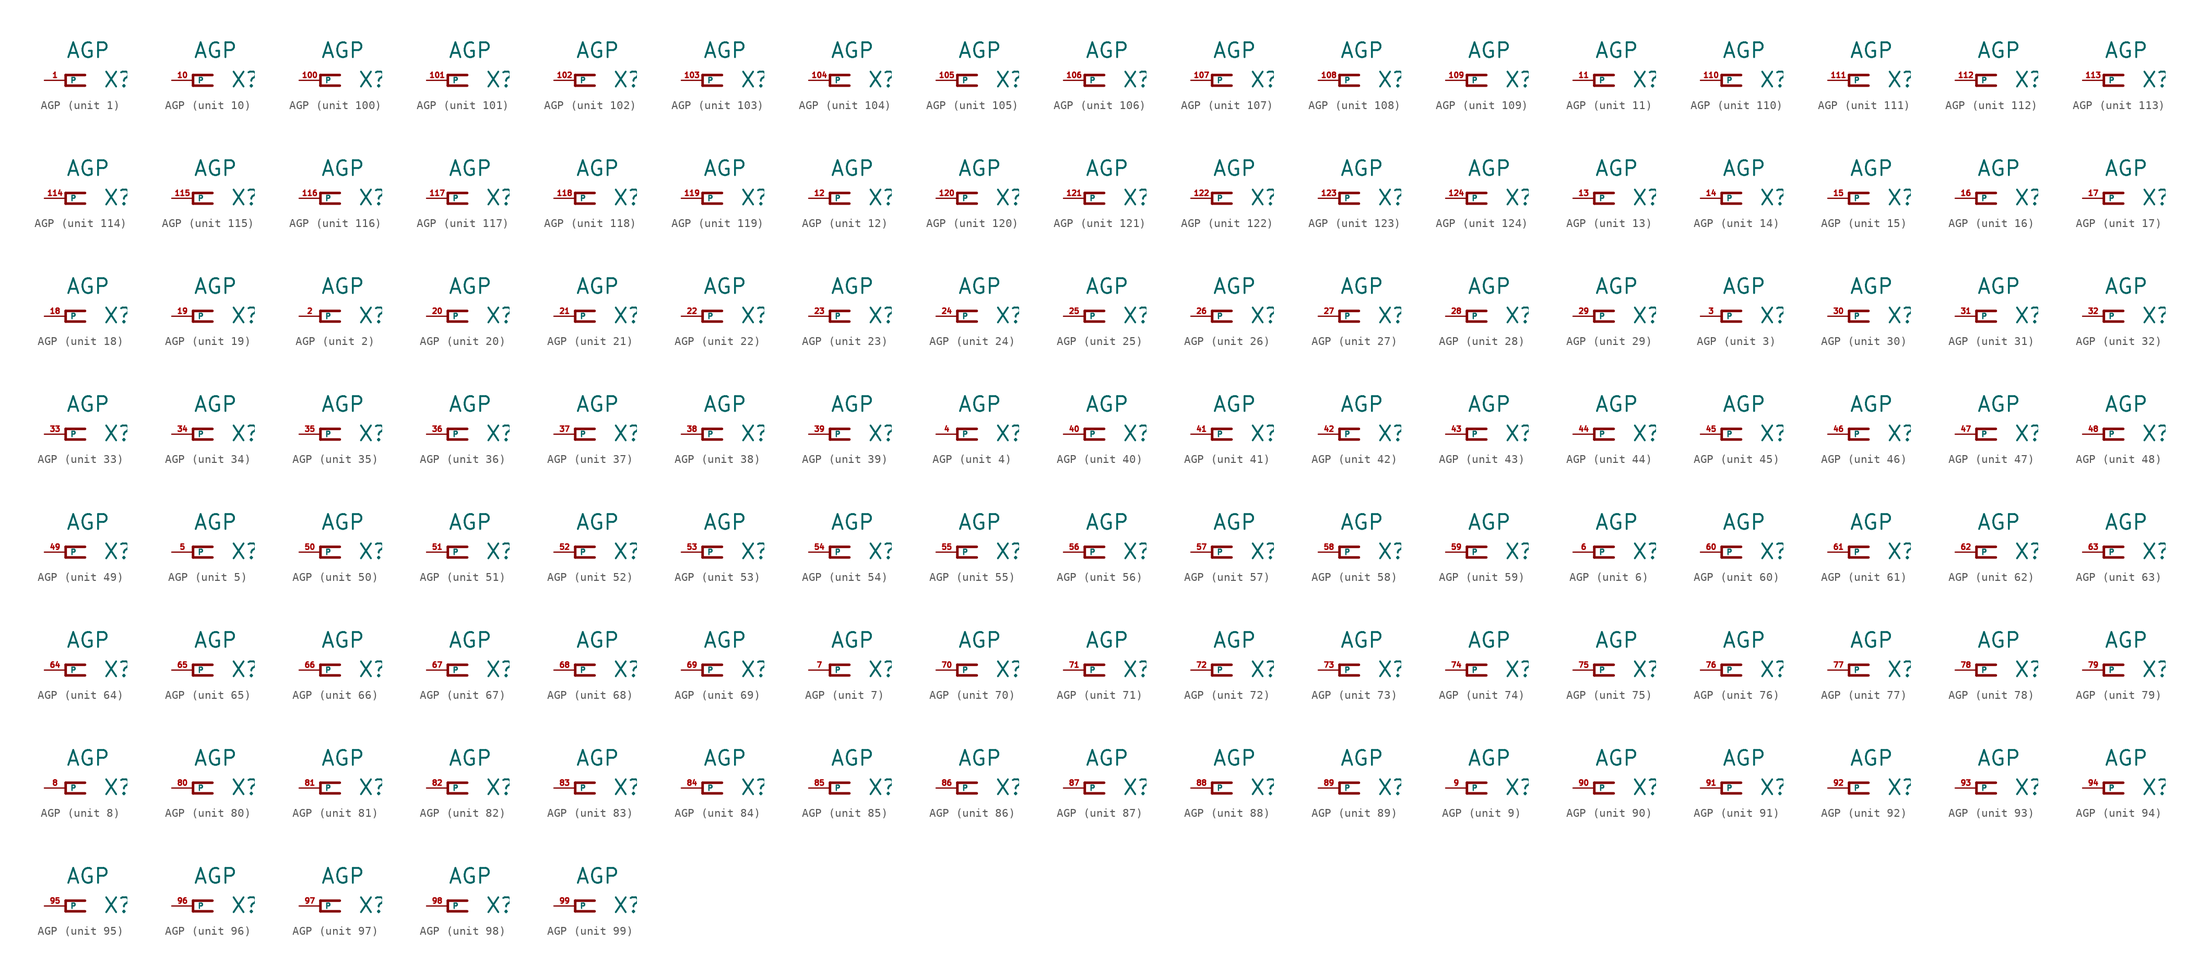
<source format=kicad_sym>
(kicad_symbol_lib
  (version 20220914)
  (generator Eagle2Kicad)
  (symbol "AGP"
    (property "Reference" "X"
      (at 4.445 -0.965 0)
      (effects (font (size 1.778 1.778) (thickness 0.22)) (justify left bottom)))
    (property "Value" "AGP"
      (at 0 2.54 0)
      (effects (font (size 1.778 1.778) (thickness 0.22)) (justify left bottom)))
    (symbol "AGP_1_0"
      (polyline (pts (xy 0 0.635) (xy 2.311 0.635)) (stroke (width 0.305) (type default)) (fill (type none)))
      (polyline (pts (xy 2.311 -0.635) (xy 0 -0.635)) (stroke (width 0.305) (type default)) (fill (type none)))
      (polyline (pts (xy 0 -0.635) (xy 0 0.635)) (stroke (width 0.305) (type default)) (fill (type none)))
      (pin passive line (at -2.54 0 0) (length 2.54) (name "P" (effects (font (size 0.635 0.635) (thickness 0.08)) (justify left bottom))) (number "1" (effects (font (size 0.635 0.635) (thickness 0.08)) (justify left bottom)))))
    (symbol "AGP_2_0"
      (polyline (pts (xy 0 0.635) (xy 2.311 0.635)) (stroke (width 0.305) (type default)) (fill (type none)))
      (polyline (pts (xy 2.311 -0.635) (xy 0 -0.635)) (stroke (width 0.305) (type default)) (fill (type none)))
      (polyline (pts (xy 0 -0.635) (xy 0 0.635)) (stroke (width 0.305) (type default)) (fill (type none)))
      (pin passive line (at -2.54 0 0) (length 2.54) (name "P" (effects (font (size 0.635 0.635) (thickness 0.08)) (justify left bottom))) (number "2" (effects (font (size 0.635 0.635) (thickness 0.08)) (justify left bottom)))))
    (symbol "AGP_3_0"
      (polyline (pts (xy 0 0.635) (xy 2.311 0.635)) (stroke (width 0.305) (type default)) (fill (type none)))
      (polyline (pts (xy 2.311 -0.635) (xy 0 -0.635)) (stroke (width 0.305) (type default)) (fill (type none)))
      (polyline (pts (xy 0 -0.635) (xy 0 0.635)) (stroke (width 0.305) (type default)) (fill (type none)))
      (pin passive line (at -2.54 0 0) (length 2.54) (name "P" (effects (font (size 0.635 0.635) (thickness 0.08)) (justify left bottom))) (number "3" (effects (font (size 0.635 0.635) (thickness 0.08)) (justify left bottom)))))
    (symbol "AGP_4_0"
      (polyline (pts (xy 0 0.635) (xy 2.311 0.635)) (stroke (width 0.305) (type default)) (fill (type none)))
      (polyline (pts (xy 2.311 -0.635) (xy 0 -0.635)) (stroke (width 0.305) (type default)) (fill (type none)))
      (polyline (pts (xy 0 -0.635) (xy 0 0.635)) (stroke (width 0.305) (type default)) (fill (type none)))
      (pin passive line (at -2.54 0 0) (length 2.54) (name "P" (effects (font (size 0.635 0.635) (thickness 0.08)) (justify left bottom))) (number "4" (effects (font (size 0.635 0.635) (thickness 0.08)) (justify left bottom)))))
    (symbol "AGP_5_0"
      (polyline (pts (xy 0 0.635) (xy 2.311 0.635)) (stroke (width 0.305) (type default)) (fill (type none)))
      (polyline (pts (xy 2.311 -0.635) (xy 0 -0.635)) (stroke (width 0.305) (type default)) (fill (type none)))
      (polyline (pts (xy 0 -0.635) (xy 0 0.635)) (stroke (width 0.305) (type default)) (fill (type none)))
      (pin passive line (at -2.54 0 0) (length 2.54) (name "P" (effects (font (size 0.635 0.635) (thickness 0.08)) (justify left bottom))) (number "5" (effects (font (size 0.635 0.635) (thickness 0.08)) (justify left bottom)))))
    (symbol "AGP_6_0"
      (polyline (pts (xy 0 0.635) (xy 2.311 0.635)) (stroke (width 0.305) (type default)) (fill (type none)))
      (polyline (pts (xy 2.311 -0.635) (xy 0 -0.635)) (stroke (width 0.305) (type default)) (fill (type none)))
      (polyline (pts (xy 0 -0.635) (xy 0 0.635)) (stroke (width 0.305) (type default)) (fill (type none)))
      (pin passive line (at -2.54 0 0) (length 2.54) (name "P" (effects (font (size 0.635 0.635) (thickness 0.08)) (justify left bottom))) (number "6" (effects (font (size 0.635 0.635) (thickness 0.08)) (justify left bottom)))))
    (symbol "AGP_7_0"
      (polyline (pts (xy 0 0.635) (xy 2.311 0.635)) (stroke (width 0.305) (type default)) (fill (type none)))
      (polyline (pts (xy 2.311 -0.635) (xy 0 -0.635)) (stroke (width 0.305) (type default)) (fill (type none)))
      (polyline (pts (xy 0 -0.635) (xy 0 0.635)) (stroke (width 0.305) (type default)) (fill (type none)))
      (pin passive line (at -2.54 0 0) (length 2.54) (name "P" (effects (font (size 0.635 0.635) (thickness 0.08)) (justify left bottom))) (number "7" (effects (font (size 0.635 0.635) (thickness 0.08)) (justify left bottom)))))
    (symbol "AGP_8_0"
      (polyline (pts (xy 0 0.635) (xy 2.311 0.635)) (stroke (width 0.305) (type default)) (fill (type none)))
      (polyline (pts (xy 2.311 -0.635) (xy 0 -0.635)) (stroke (width 0.305) (type default)) (fill (type none)))
      (polyline (pts (xy 0 -0.635) (xy 0 0.635)) (stroke (width 0.305) (type default)) (fill (type none)))
      (pin passive line (at -2.54 0 0) (length 2.54) (name "P" (effects (font (size 0.635 0.635) (thickness 0.08)) (justify left bottom))) (number "8" (effects (font (size 0.635 0.635) (thickness 0.08)) (justify left bottom)))))
    (symbol "AGP_9_0"
      (polyline (pts (xy 0 0.635) (xy 2.311 0.635)) (stroke (width 0.305) (type default)) (fill (type none)))
      (polyline (pts (xy 2.311 -0.635) (xy 0 -0.635)) (stroke (width 0.305) (type default)) (fill (type none)))
      (polyline (pts (xy 0 -0.635) (xy 0 0.635)) (stroke (width 0.305) (type default)) (fill (type none)))
      (pin passive line (at -2.54 0 0) (length 2.54) (name "P" (effects (font (size 0.635 0.635) (thickness 0.08)) (justify left bottom))) (number "9" (effects (font (size 0.635 0.635) (thickness 0.08)) (justify left bottom)))))
    (symbol "AGP_10_0"
      (polyline (pts (xy 0 0.635) (xy 2.311 0.635)) (stroke (width 0.305) (type default)) (fill (type none)))
      (polyline (pts (xy 2.311 -0.635) (xy 0 -0.635)) (stroke (width 0.305) (type default)) (fill (type none)))
      (polyline (pts (xy 0 -0.635) (xy 0 0.635)) (stroke (width 0.305) (type default)) (fill (type none)))
      (pin passive line (at -2.54 0 0) (length 2.54) (name "P" (effects (font (size 0.635 0.635) (thickness 0.08)) (justify left bottom))) (number "10" (effects (font (size 0.635 0.635) (thickness 0.08)) (justify left bottom)))))
    (symbol "AGP_11_0"
      (polyline (pts (xy 0 0.635) (xy 2.311 0.635)) (stroke (width 0.305) (type default)) (fill (type none)))
      (polyline (pts (xy 2.311 -0.635) (xy 0 -0.635)) (stroke (width 0.305) (type default)) (fill (type none)))
      (polyline (pts (xy 0 -0.635) (xy 0 0.635)) (stroke (width 0.305) (type default)) (fill (type none)))
      (pin passive line (at -2.54 0 0) (length 2.54) (name "P" (effects (font (size 0.635 0.635) (thickness 0.08)) (justify left bottom))) (number "11" (effects (font (size 0.635 0.635) (thickness 0.08)) (justify left bottom)))))
    (symbol "AGP_12_0"
      (polyline (pts (xy 0 0.635) (xy 2.311 0.635)) (stroke (width 0.305) (type default)) (fill (type none)))
      (polyline (pts (xy 2.311 -0.635) (xy 0 -0.635)) (stroke (width 0.305) (type default)) (fill (type none)))
      (polyline (pts (xy 0 -0.635) (xy 0 0.635)) (stroke (width 0.305) (type default)) (fill (type none)))
      (pin passive line (at -2.54 0 0) (length 2.54) (name "P" (effects (font (size 0.635 0.635) (thickness 0.08)) (justify left bottom))) (number "12" (effects (font (size 0.635 0.635) (thickness 0.08)) (justify left bottom)))))
    (symbol "AGP_13_0"
      (polyline (pts (xy 0 0.635) (xy 2.311 0.635)) (stroke (width 0.305) (type default)) (fill (type none)))
      (polyline (pts (xy 2.311 -0.635) (xy 0 -0.635)) (stroke (width 0.305) (type default)) (fill (type none)))
      (polyline (pts (xy 0 -0.635) (xy 0 0.635)) (stroke (width 0.305) (type default)) (fill (type none)))
      (pin passive line (at -2.54 0 0) (length 2.54) (name "P" (effects (font (size 0.635 0.635) (thickness 0.08)) (justify left bottom))) (number "13" (effects (font (size 0.635 0.635) (thickness 0.08)) (justify left bottom)))))
    (symbol "AGP_14_0"
      (polyline (pts (xy 0 0.635) (xy 2.311 0.635)) (stroke (width 0.305) (type default)) (fill (type none)))
      (polyline (pts (xy 2.311 -0.635) (xy 0 -0.635)) (stroke (width 0.305) (type default)) (fill (type none)))
      (polyline (pts (xy 0 -0.635) (xy 0 0.635)) (stroke (width 0.305) (type default)) (fill (type none)))
      (pin passive line (at -2.54 0 0) (length 2.54) (name "P" (effects (font (size 0.635 0.635) (thickness 0.08)) (justify left bottom))) (number "14" (effects (font (size 0.635 0.635) (thickness 0.08)) (justify left bottom)))))
    (symbol "AGP_15_0"
      (polyline (pts (xy 0 0.635) (xy 2.311 0.635)) (stroke (width 0.305) (type default)) (fill (type none)))
      (polyline (pts (xy 2.311 -0.635) (xy 0 -0.635)) (stroke (width 0.305) (type default)) (fill (type none)))
      (polyline (pts (xy 0 -0.635) (xy 0 0.635)) (stroke (width 0.305) (type default)) (fill (type none)))
      (pin passive line (at -2.54 0 0) (length 2.54) (name "P" (effects (font (size 0.635 0.635) (thickness 0.08)) (justify left bottom))) (number "15" (effects (font (size 0.635 0.635) (thickness 0.08)) (justify left bottom)))))
    (symbol "AGP_16_0"
      (polyline (pts (xy 0 0.635) (xy 2.311 0.635)) (stroke (width 0.305) (type default)) (fill (type none)))
      (polyline (pts (xy 2.311 -0.635) (xy 0 -0.635)) (stroke (width 0.305) (type default)) (fill (type none)))
      (polyline (pts (xy 0 -0.635) (xy 0 0.635)) (stroke (width 0.305) (type default)) (fill (type none)))
      (pin passive line (at -2.54 0 0) (length 2.54) (name "P" (effects (font (size 0.635 0.635) (thickness 0.08)) (justify left bottom))) (number "16" (effects (font (size 0.635 0.635) (thickness 0.08)) (justify left bottom)))))
    (symbol "AGP_17_0"
      (polyline (pts (xy 0 0.635) (xy 2.311 0.635)) (stroke (width 0.305) (type default)) (fill (type none)))
      (polyline (pts (xy 2.311 -0.635) (xy 0 -0.635)) (stroke (width 0.305) (type default)) (fill (type none)))
      (polyline (pts (xy 0 -0.635) (xy 0 0.635)) (stroke (width 0.305) (type default)) (fill (type none)))
      (pin passive line (at -2.54 0 0) (length 2.54) (name "P" (effects (font (size 0.635 0.635) (thickness 0.08)) (justify left bottom))) (number "17" (effects (font (size 0.635 0.635) (thickness 0.08)) (justify left bottom)))))
    (symbol "AGP_18_0"
      (polyline (pts (xy 0 0.635) (xy 2.311 0.635)) (stroke (width 0.305) (type default)) (fill (type none)))
      (polyline (pts (xy 2.311 -0.635) (xy 0 -0.635)) (stroke (width 0.305) (type default)) (fill (type none)))
      (polyline (pts (xy 0 -0.635) (xy 0 0.635)) (stroke (width 0.305) (type default)) (fill (type none)))
      (pin passive line (at -2.54 0 0) (length 2.54) (name "P" (effects (font (size 0.635 0.635) (thickness 0.08)) (justify left bottom))) (number "18" (effects (font (size 0.635 0.635) (thickness 0.08)) (justify left bottom)))))
    (symbol "AGP_19_0"
      (polyline (pts (xy 0 0.635) (xy 2.311 0.635)) (stroke (width 0.305) (type default)) (fill (type none)))
      (polyline (pts (xy 2.311 -0.635) (xy 0 -0.635)) (stroke (width 0.305) (type default)) (fill (type none)))
      (polyline (pts (xy 0 -0.635) (xy 0 0.635)) (stroke (width 0.305) (type default)) (fill (type none)))
      (pin passive line (at -2.54 0 0) (length 2.54) (name "P" (effects (font (size 0.635 0.635) (thickness 0.08)) (justify left bottom))) (number "19" (effects (font (size 0.635 0.635) (thickness 0.08)) (justify left bottom)))))
    (symbol "AGP_20_0"
      (polyline (pts (xy 0 0.635) (xy 2.311 0.635)) (stroke (width 0.305) (type default)) (fill (type none)))
      (polyline (pts (xy 2.311 -0.635) (xy 0 -0.635)) (stroke (width 0.305) (type default)) (fill (type none)))
      (polyline (pts (xy 0 -0.635) (xy 0 0.635)) (stroke (width 0.305) (type default)) (fill (type none)))
      (pin passive line (at -2.54 0 0) (length 2.54) (name "P" (effects (font (size 0.635 0.635) (thickness 0.08)) (justify left bottom))) (number "20" (effects (font (size 0.635 0.635) (thickness 0.08)) (justify left bottom)))))
    (symbol "AGP_21_0"
      (polyline (pts (xy 0 0.635) (xy 2.311 0.635)) (stroke (width 0.305) (type default)) (fill (type none)))
      (polyline (pts (xy 2.311 -0.635) (xy 0 -0.635)) (stroke (width 0.305) (type default)) (fill (type none)))
      (polyline (pts (xy 0 -0.635) (xy 0 0.635)) (stroke (width 0.305) (type default)) (fill (type none)))
      (pin passive line (at -2.54 0 0) (length 2.54) (name "P" (effects (font (size 0.635 0.635) (thickness 0.08)) (justify left bottom))) (number "21" (effects (font (size 0.635 0.635) (thickness 0.08)) (justify left bottom)))))
    (symbol "AGP_22_0"
      (polyline (pts (xy 0 0.635) (xy 2.311 0.635)) (stroke (width 0.305) (type default)) (fill (type none)))
      (polyline (pts (xy 2.311 -0.635) (xy 0 -0.635)) (stroke (width 0.305) (type default)) (fill (type none)))
      (polyline (pts (xy 0 -0.635) (xy 0 0.635)) (stroke (width 0.305) (type default)) (fill (type none)))
      (pin passive line (at -2.54 0 0) (length 2.54) (name "P" (effects (font (size 0.635 0.635) (thickness 0.08)) (justify left bottom))) (number "22" (effects (font (size 0.635 0.635) (thickness 0.08)) (justify left bottom)))))
    (symbol "AGP_23_0"
      (polyline (pts (xy 0 0.635) (xy 2.311 0.635)) (stroke (width 0.305) (type default)) (fill (type none)))
      (polyline (pts (xy 2.311 -0.635) (xy 0 -0.635)) (stroke (width 0.305) (type default)) (fill (type none)))
      (polyline (pts (xy 0 -0.635) (xy 0 0.635)) (stroke (width 0.305) (type default)) (fill (type none)))
      (pin passive line (at -2.54 0 0) (length 2.54) (name "P" (effects (font (size 0.635 0.635) (thickness 0.08)) (justify left bottom))) (number "23" (effects (font (size 0.635 0.635) (thickness 0.08)) (justify left bottom)))))
    (symbol "AGP_24_0"
      (polyline (pts (xy 0 0.635) (xy 2.311 0.635)) (stroke (width 0.305) (type default)) (fill (type none)))
      (polyline (pts (xy 2.311 -0.635) (xy 0 -0.635)) (stroke (width 0.305) (type default)) (fill (type none)))
      (polyline (pts (xy 0 -0.635) (xy 0 0.635)) (stroke (width 0.305) (type default)) (fill (type none)))
      (pin passive line (at -2.54 0 0) (length 2.54) (name "P" (effects (font (size 0.635 0.635) (thickness 0.08)) (justify left bottom))) (number "24" (effects (font (size 0.635 0.635) (thickness 0.08)) (justify left bottom)))))
    (symbol "AGP_25_0"
      (polyline (pts (xy 0 0.635) (xy 2.311 0.635)) (stroke (width 0.305) (type default)) (fill (type none)))
      (polyline (pts (xy 2.311 -0.635) (xy 0 -0.635)) (stroke (width 0.305) (type default)) (fill (type none)))
      (polyline (pts (xy 0 -0.635) (xy 0 0.635)) (stroke (width 0.305) (type default)) (fill (type none)))
      (pin passive line (at -2.54 0 0) (length 2.54) (name "P" (effects (font (size 0.635 0.635) (thickness 0.08)) (justify left bottom))) (number "25" (effects (font (size 0.635 0.635) (thickness 0.08)) (justify left bottom)))))
    (symbol "AGP_26_0"
      (polyline (pts (xy 0 0.635) (xy 2.311 0.635)) (stroke (width 0.305) (type default)) (fill (type none)))
      (polyline (pts (xy 2.311 -0.635) (xy 0 -0.635)) (stroke (width 0.305) (type default)) (fill (type none)))
      (polyline (pts (xy 0 -0.635) (xy 0 0.635)) (stroke (width 0.305) (type default)) (fill (type none)))
      (pin passive line (at -2.54 0 0) (length 2.54) (name "P" (effects (font (size 0.635 0.635) (thickness 0.08)) (justify left bottom))) (number "26" (effects (font (size 0.635 0.635) (thickness 0.08)) (justify left bottom)))))
    (symbol "AGP_27_0"
      (polyline (pts (xy 0 0.635) (xy 2.311 0.635)) (stroke (width 0.305) (type default)) (fill (type none)))
      (polyline (pts (xy 2.311 -0.635) (xy 0 -0.635)) (stroke (width 0.305) (type default)) (fill (type none)))
      (polyline (pts (xy 0 -0.635) (xy 0 0.635)) (stroke (width 0.305) (type default)) (fill (type none)))
      (pin passive line (at -2.54 0 0) (length 2.54) (name "P" (effects (font (size 0.635 0.635) (thickness 0.08)) (justify left bottom))) (number "27" (effects (font (size 0.635 0.635) (thickness 0.08)) (justify left bottom)))))
    (symbol "AGP_28_0"
      (polyline (pts (xy 0 0.635) (xy 2.311 0.635)) (stroke (width 0.305) (type default)) (fill (type none)))
      (polyline (pts (xy 2.311 -0.635) (xy 0 -0.635)) (stroke (width 0.305) (type default)) (fill (type none)))
      (polyline (pts (xy 0 -0.635) (xy 0 0.635)) (stroke (width 0.305) (type default)) (fill (type none)))
      (pin passive line (at -2.54 0 0) (length 2.54) (name "P" (effects (font (size 0.635 0.635) (thickness 0.08)) (justify left bottom))) (number "28" (effects (font (size 0.635 0.635) (thickness 0.08)) (justify left bottom)))))
    (symbol "AGP_29_0"
      (polyline (pts (xy 0 0.635) (xy 2.311 0.635)) (stroke (width 0.305) (type default)) (fill (type none)))
      (polyline (pts (xy 2.311 -0.635) (xy 0 -0.635)) (stroke (width 0.305) (type default)) (fill (type none)))
      (polyline (pts (xy 0 -0.635) (xy 0 0.635)) (stroke (width 0.305) (type default)) (fill (type none)))
      (pin passive line (at -2.54 0 0) (length 2.54) (name "P" (effects (font (size 0.635 0.635) (thickness 0.08)) (justify left bottom))) (number "29" (effects (font (size 0.635 0.635) (thickness 0.08)) (justify left bottom)))))
    (symbol "AGP_30_0"
      (polyline (pts (xy 0 0.635) (xy 2.311 0.635)) (stroke (width 0.305) (type default)) (fill (type none)))
      (polyline (pts (xy 2.311 -0.635) (xy 0 -0.635)) (stroke (width 0.305) (type default)) (fill (type none)))
      (polyline (pts (xy 0 -0.635) (xy 0 0.635)) (stroke (width 0.305) (type default)) (fill (type none)))
      (pin passive line (at -2.54 0 0) (length 2.54) (name "P" (effects (font (size 0.635 0.635) (thickness 0.08)) (justify left bottom))) (number "30" (effects (font (size 0.635 0.635) (thickness 0.08)) (justify left bottom)))))
    (symbol "AGP_31_0"
      (polyline (pts (xy 0 0.635) (xy 2.311 0.635)) (stroke (width 0.305) (type default)) (fill (type none)))
      (polyline (pts (xy 2.311 -0.635) (xy 0 -0.635)) (stroke (width 0.305) (type default)) (fill (type none)))
      (polyline (pts (xy 0 -0.635) (xy 0 0.635)) (stroke (width 0.305) (type default)) (fill (type none)))
      (pin passive line (at -2.54 0 0) (length 2.54) (name "P" (effects (font (size 0.635 0.635) (thickness 0.08)) (justify left bottom))) (number "31" (effects (font (size 0.635 0.635) (thickness 0.08)) (justify left bottom)))))
    (symbol "AGP_32_0"
      (polyline (pts (xy 0 0.635) (xy 2.311 0.635)) (stroke (width 0.305) (type default)) (fill (type none)))
      (polyline (pts (xy 2.311 -0.635) (xy 0 -0.635)) (stroke (width 0.305) (type default)) (fill (type none)))
      (polyline (pts (xy 0 -0.635) (xy 0 0.635)) (stroke (width 0.305) (type default)) (fill (type none)))
      (pin passive line (at -2.54 0 0) (length 2.54) (name "P" (effects (font (size 0.635 0.635) (thickness 0.08)) (justify left bottom))) (number "32" (effects (font (size 0.635 0.635) (thickness 0.08)) (justify left bottom)))))
    (symbol "AGP_33_0"
      (polyline (pts (xy 0 0.635) (xy 2.311 0.635)) (stroke (width 0.305) (type default)) (fill (type none)))
      (polyline (pts (xy 2.311 -0.635) (xy 0 -0.635)) (stroke (width 0.305) (type default)) (fill (type none)))
      (polyline (pts (xy 0 -0.635) (xy 0 0.635)) (stroke (width 0.305) (type default)) (fill (type none)))
      (pin passive line (at -2.54 0 0) (length 2.54) (name "P" (effects (font (size 0.635 0.635) (thickness 0.08)) (justify left bottom))) (number "33" (effects (font (size 0.635 0.635) (thickness 0.08)) (justify left bottom)))))
    (symbol "AGP_34_0"
      (polyline (pts (xy 0 0.635) (xy 2.311 0.635)) (stroke (width 0.305) (type default)) (fill (type none)))
      (polyline (pts (xy 2.311 -0.635) (xy 0 -0.635)) (stroke (width 0.305) (type default)) (fill (type none)))
      (polyline (pts (xy 0 -0.635) (xy 0 0.635)) (stroke (width 0.305) (type default)) (fill (type none)))
      (pin passive line (at -2.54 0 0) (length 2.54) (name "P" (effects (font (size 0.635 0.635) (thickness 0.08)) (justify left bottom))) (number "34" (effects (font (size 0.635 0.635) (thickness 0.08)) (justify left bottom)))))
    (symbol "AGP_35_0"
      (polyline (pts (xy 0 0.635) (xy 2.311 0.635)) (stroke (width 0.305) (type default)) (fill (type none)))
      (polyline (pts (xy 2.311 -0.635) (xy 0 -0.635)) (stroke (width 0.305) (type default)) (fill (type none)))
      (polyline (pts (xy 0 -0.635) (xy 0 0.635)) (stroke (width 0.305) (type default)) (fill (type none)))
      (pin passive line (at -2.54 0 0) (length 2.54) (name "P" (effects (font (size 0.635 0.635) (thickness 0.08)) (justify left bottom))) (number "35" (effects (font (size 0.635 0.635) (thickness 0.08)) (justify left bottom)))))
    (symbol "AGP_36_0"
      (polyline (pts (xy 0 0.635) (xy 2.311 0.635)) (stroke (width 0.305) (type default)) (fill (type none)))
      (polyline (pts (xy 2.311 -0.635) (xy 0 -0.635)) (stroke (width 0.305) (type default)) (fill (type none)))
      (polyline (pts (xy 0 -0.635) (xy 0 0.635)) (stroke (width 0.305) (type default)) (fill (type none)))
      (pin passive line (at -2.54 0 0) (length 2.54) (name "P" (effects (font (size 0.635 0.635) (thickness 0.08)) (justify left bottom))) (number "36" (effects (font (size 0.635 0.635) (thickness 0.08)) (justify left bottom)))))
    (symbol "AGP_37_0"
      (polyline (pts (xy 0 0.635) (xy 2.311 0.635)) (stroke (width 0.305) (type default)) (fill (type none)))
      (polyline (pts (xy 2.311 -0.635) (xy 0 -0.635)) (stroke (width 0.305) (type default)) (fill (type none)))
      (polyline (pts (xy 0 -0.635) (xy 0 0.635)) (stroke (width 0.305) (type default)) (fill (type none)))
      (pin passive line (at -2.54 0 0) (length 2.54) (name "P" (effects (font (size 0.635 0.635) (thickness 0.08)) (justify left bottom))) (number "37" (effects (font (size 0.635 0.635) (thickness 0.08)) (justify left bottom)))))
    (symbol "AGP_38_0"
      (polyline (pts (xy 0 0.635) (xy 2.311 0.635)) (stroke (width 0.305) (type default)) (fill (type none)))
      (polyline (pts (xy 2.311 -0.635) (xy 0 -0.635)) (stroke (width 0.305) (type default)) (fill (type none)))
      (polyline (pts (xy 0 -0.635) (xy 0 0.635)) (stroke (width 0.305) (type default)) (fill (type none)))
      (pin passive line (at -2.54 0 0) (length 2.54) (name "P" (effects (font (size 0.635 0.635) (thickness 0.08)) (justify left bottom))) (number "38" (effects (font (size 0.635 0.635) (thickness 0.08)) (justify left bottom)))))
    (symbol "AGP_39_0"
      (polyline (pts (xy 0 0.635) (xy 2.311 0.635)) (stroke (width 0.305) (type default)) (fill (type none)))
      (polyline (pts (xy 2.311 -0.635) (xy 0 -0.635)) (stroke (width 0.305) (type default)) (fill (type none)))
      (polyline (pts (xy 0 -0.635) (xy 0 0.635)) (stroke (width 0.305) (type default)) (fill (type none)))
      (pin passive line (at -2.54 0 0) (length 2.54) (name "P" (effects (font (size 0.635 0.635) (thickness 0.08)) (justify left bottom))) (number "39" (effects (font (size 0.635 0.635) (thickness 0.08)) (justify left bottom)))))
    (symbol "AGP_40_0"
      (polyline (pts (xy 0 0.635) (xy 2.311 0.635)) (stroke (width 0.305) (type default)) (fill (type none)))
      (polyline (pts (xy 2.311 -0.635) (xy 0 -0.635)) (stroke (width 0.305) (type default)) (fill (type none)))
      (polyline (pts (xy 0 -0.635) (xy 0 0.635)) (stroke (width 0.305) (type default)) (fill (type none)))
      (pin passive line (at -2.54 0 0) (length 2.54) (name "P" (effects (font (size 0.635 0.635) (thickness 0.08)) (justify left bottom))) (number "40" (effects (font (size 0.635 0.635) (thickness 0.08)) (justify left bottom)))))
    (symbol "AGP_41_0"
      (polyline (pts (xy 0 0.635) (xy 2.311 0.635)) (stroke (width 0.305) (type default)) (fill (type none)))
      (polyline (pts (xy 2.311 -0.635) (xy 0 -0.635)) (stroke (width 0.305) (type default)) (fill (type none)))
      (polyline (pts (xy 0 -0.635) (xy 0 0.635)) (stroke (width 0.305) (type default)) (fill (type none)))
      (pin passive line (at -2.54 0 0) (length 2.54) (name "P" (effects (font (size 0.635 0.635) (thickness 0.08)) (justify left bottom))) (number "41" (effects (font (size 0.635 0.635) (thickness 0.08)) (justify left bottom)))))
    (symbol "AGP_42_0"
      (polyline (pts (xy 0 0.635) (xy 2.311 0.635)) (stroke (width 0.305) (type default)) (fill (type none)))
      (polyline (pts (xy 2.311 -0.635) (xy 0 -0.635)) (stroke (width 0.305) (type default)) (fill (type none)))
      (polyline (pts (xy 0 -0.635) (xy 0 0.635)) (stroke (width 0.305) (type default)) (fill (type none)))
      (pin passive line (at -2.54 0 0) (length 2.54) (name "P" (effects (font (size 0.635 0.635) (thickness 0.08)) (justify left bottom))) (number "42" (effects (font (size 0.635 0.635) (thickness 0.08)) (justify left bottom)))))
    (symbol "AGP_43_0"
      (polyline (pts (xy 0 0.635) (xy 2.311 0.635)) (stroke (width 0.305) (type default)) (fill (type none)))
      (polyline (pts (xy 2.311 -0.635) (xy 0 -0.635)) (stroke (width 0.305) (type default)) (fill (type none)))
      (polyline (pts (xy 0 -0.635) (xy 0 0.635)) (stroke (width 0.305) (type default)) (fill (type none)))
      (pin passive line (at -2.54 0 0) (length 2.54) (name "P" (effects (font (size 0.635 0.635) (thickness 0.08)) (justify left bottom))) (number "43" (effects (font (size 0.635 0.635) (thickness 0.08)) (justify left bottom)))))
    (symbol "AGP_44_0"
      (polyline (pts (xy 0 0.635) (xy 2.311 0.635)) (stroke (width 0.305) (type default)) (fill (type none)))
      (polyline (pts (xy 2.311 -0.635) (xy 0 -0.635)) (stroke (width 0.305) (type default)) (fill (type none)))
      (polyline (pts (xy 0 -0.635) (xy 0 0.635)) (stroke (width 0.305) (type default)) (fill (type none)))
      (pin passive line (at -2.54 0 0) (length 2.54) (name "P" (effects (font (size 0.635 0.635) (thickness 0.08)) (justify left bottom))) (number "44" (effects (font (size 0.635 0.635) (thickness 0.08)) (justify left bottom)))))
    (symbol "AGP_45_0"
      (polyline (pts (xy 0 0.635) (xy 2.311 0.635)) (stroke (width 0.305) (type default)) (fill (type none)))
      (polyline (pts (xy 2.311 -0.635) (xy 0 -0.635)) (stroke (width 0.305) (type default)) (fill (type none)))
      (polyline (pts (xy 0 -0.635) (xy 0 0.635)) (stroke (width 0.305) (type default)) (fill (type none)))
      (pin passive line (at -2.54 0 0) (length 2.54) (name "P" (effects (font (size 0.635 0.635) (thickness 0.08)) (justify left bottom))) (number "45" (effects (font (size 0.635 0.635) (thickness 0.08)) (justify left bottom)))))
    (symbol "AGP_46_0"
      (polyline (pts (xy 0 0.635) (xy 2.311 0.635)) (stroke (width 0.305) (type default)) (fill (type none)))
      (polyline (pts (xy 2.311 -0.635) (xy 0 -0.635)) (stroke (width 0.305) (type default)) (fill (type none)))
      (polyline (pts (xy 0 -0.635) (xy 0 0.635)) (stroke (width 0.305) (type default)) (fill (type none)))
      (pin passive line (at -2.54 0 0) (length 2.54) (name "P" (effects (font (size 0.635 0.635) (thickness 0.08)) (justify left bottom))) (number "46" (effects (font (size 0.635 0.635) (thickness 0.08)) (justify left bottom)))))
    (symbol "AGP_47_0"
      (polyline (pts (xy 0 0.635) (xy 2.311 0.635)) (stroke (width 0.305) (type default)) (fill (type none)))
      (polyline (pts (xy 2.311 -0.635) (xy 0 -0.635)) (stroke (width 0.305) (type default)) (fill (type none)))
      (polyline (pts (xy 0 -0.635) (xy 0 0.635)) (stroke (width 0.305) (type default)) (fill (type none)))
      (pin passive line (at -2.54 0 0) (length 2.54) (name "P" (effects (font (size 0.635 0.635) (thickness 0.08)) (justify left bottom))) (number "47" (effects (font (size 0.635 0.635) (thickness 0.08)) (justify left bottom)))))
    (symbol "AGP_48_0"
      (polyline (pts (xy 0 0.635) (xy 2.311 0.635)) (stroke (width 0.305) (type default)) (fill (type none)))
      (polyline (pts (xy 2.311 -0.635) (xy 0 -0.635)) (stroke (width 0.305) (type default)) (fill (type none)))
      (polyline (pts (xy 0 -0.635) (xy 0 0.635)) (stroke (width 0.305) (type default)) (fill (type none)))
      (pin passive line (at -2.54 0 0) (length 2.54) (name "P" (effects (font (size 0.635 0.635) (thickness 0.08)) (justify left bottom))) (number "48" (effects (font (size 0.635 0.635) (thickness 0.08)) (justify left bottom)))))
    (symbol "AGP_49_0"
      (polyline (pts (xy 0 0.635) (xy 2.311 0.635)) (stroke (width 0.305) (type default)) (fill (type none)))
      (polyline (pts (xy 2.311 -0.635) (xy 0 -0.635)) (stroke (width 0.305) (type default)) (fill (type none)))
      (polyline (pts (xy 0 -0.635) (xy 0 0.635)) (stroke (width 0.305) (type default)) (fill (type none)))
      (pin passive line (at -2.54 0 0) (length 2.54) (name "P" (effects (font (size 0.635 0.635) (thickness 0.08)) (justify left bottom))) (number "49" (effects (font (size 0.635 0.635) (thickness 0.08)) (justify left bottom)))))
    (symbol "AGP_50_0"
      (polyline (pts (xy 0 0.635) (xy 2.311 0.635)) (stroke (width 0.305) (type default)) (fill (type none)))
      (polyline (pts (xy 2.311 -0.635) (xy 0 -0.635)) (stroke (width 0.305) (type default)) (fill (type none)))
      (polyline (pts (xy 0 -0.635) (xy 0 0.635)) (stroke (width 0.305) (type default)) (fill (type none)))
      (pin passive line (at -2.54 0 0) (length 2.54) (name "P" (effects (font (size 0.635 0.635) (thickness 0.08)) (justify left bottom))) (number "50" (effects (font (size 0.635 0.635) (thickness 0.08)) (justify left bottom)))))
    (symbol "AGP_51_0"
      (polyline (pts (xy 0 0.635) (xy 2.311 0.635)) (stroke (width 0.305) (type default)) (fill (type none)))
      (polyline (pts (xy 2.311 -0.635) (xy 0 -0.635)) (stroke (width 0.305) (type default)) (fill (type none)))
      (polyline (pts (xy 0 -0.635) (xy 0 0.635)) (stroke (width 0.305) (type default)) (fill (type none)))
      (pin passive line (at -2.54 0 0) (length 2.54) (name "P" (effects (font (size 0.635 0.635) (thickness 0.08)) (justify left bottom))) (number "51" (effects (font (size 0.635 0.635) (thickness 0.08)) (justify left bottom)))))
    (symbol "AGP_52_0"
      (polyline (pts (xy 0 0.635) (xy 2.311 0.635)) (stroke (width 0.305) (type default)) (fill (type none)))
      (polyline (pts (xy 2.311 -0.635) (xy 0 -0.635)) (stroke (width 0.305) (type default)) (fill (type none)))
      (polyline (pts (xy 0 -0.635) (xy 0 0.635)) (stroke (width 0.305) (type default)) (fill (type none)))
      (pin passive line (at -2.54 0 0) (length 2.54) (name "P" (effects (font (size 0.635 0.635) (thickness 0.08)) (justify left bottom))) (number "52" (effects (font (size 0.635 0.635) (thickness 0.08)) (justify left bottom)))))
    (symbol "AGP_53_0"
      (polyline (pts (xy 0 0.635) (xy 2.311 0.635)) (stroke (width 0.305) (type default)) (fill (type none)))
      (polyline (pts (xy 2.311 -0.635) (xy 0 -0.635)) (stroke (width 0.305) (type default)) (fill (type none)))
      (polyline (pts (xy 0 -0.635) (xy 0 0.635)) (stroke (width 0.305) (type default)) (fill (type none)))
      (pin passive line (at -2.54 0 0) (length 2.54) (name "P" (effects (font (size 0.635 0.635) (thickness 0.08)) (justify left bottom))) (number "53" (effects (font (size 0.635 0.635) (thickness 0.08)) (justify left bottom)))))
    (symbol "AGP_54_0"
      (polyline (pts (xy 0 0.635) (xy 2.311 0.635)) (stroke (width 0.305) (type default)) (fill (type none)))
      (polyline (pts (xy 2.311 -0.635) (xy 0 -0.635)) (stroke (width 0.305) (type default)) (fill (type none)))
      (polyline (pts (xy 0 -0.635) (xy 0 0.635)) (stroke (width 0.305) (type default)) (fill (type none)))
      (pin passive line (at -2.54 0 0) (length 2.54) (name "P" (effects (font (size 0.635 0.635) (thickness 0.08)) (justify left bottom))) (number "54" (effects (font (size 0.635 0.635) (thickness 0.08)) (justify left bottom)))))
    (symbol "AGP_55_0"
      (polyline (pts (xy 0 0.635) (xy 2.311 0.635)) (stroke (width 0.305) (type default)) (fill (type none)))
      (polyline (pts (xy 2.311 -0.635) (xy 0 -0.635)) (stroke (width 0.305) (type default)) (fill (type none)))
      (polyline (pts (xy 0 -0.635) (xy 0 0.635)) (stroke (width 0.305) (type default)) (fill (type none)))
      (pin passive line (at -2.54 0 0) (length 2.54) (name "P" (effects (font (size 0.635 0.635) (thickness 0.08)) (justify left bottom))) (number "55" (effects (font (size 0.635 0.635) (thickness 0.08)) (justify left bottom)))))
    (symbol "AGP_56_0"
      (polyline (pts (xy 0 0.635) (xy 2.311 0.635)) (stroke (width 0.305) (type default)) (fill (type none)))
      (polyline (pts (xy 2.311 -0.635) (xy 0 -0.635)) (stroke (width 0.305) (type default)) (fill (type none)))
      (polyline (pts (xy 0 -0.635) (xy 0 0.635)) (stroke (width 0.305) (type default)) (fill (type none)))
      (pin passive line (at -2.54 0 0) (length 2.54) (name "P" (effects (font (size 0.635 0.635) (thickness 0.08)) (justify left bottom))) (number "56" (effects (font (size 0.635 0.635) (thickness 0.08)) (justify left bottom)))))
    (symbol "AGP_57_0"
      (polyline (pts (xy 0 0.635) (xy 2.311 0.635)) (stroke (width 0.305) (type default)) (fill (type none)))
      (polyline (pts (xy 2.311 -0.635) (xy 0 -0.635)) (stroke (width 0.305) (type default)) (fill (type none)))
      (polyline (pts (xy 0 -0.635) (xy 0 0.635)) (stroke (width 0.305) (type default)) (fill (type none)))
      (pin passive line (at -2.54 0 0) (length 2.54) (name "P" (effects (font (size 0.635 0.635) (thickness 0.08)) (justify left bottom))) (number "57" (effects (font (size 0.635 0.635) (thickness 0.08)) (justify left bottom)))))
    (symbol "AGP_58_0"
      (polyline (pts (xy 0 0.635) (xy 2.311 0.635)) (stroke (width 0.305) (type default)) (fill (type none)))
      (polyline (pts (xy 2.311 -0.635) (xy 0 -0.635)) (stroke (width 0.305) (type default)) (fill (type none)))
      (polyline (pts (xy 0 -0.635) (xy 0 0.635)) (stroke (width 0.305) (type default)) (fill (type none)))
      (pin passive line (at -2.54 0 0) (length 2.54) (name "P" (effects (font (size 0.635 0.635) (thickness 0.08)) (justify left bottom))) (number "58" (effects (font (size 0.635 0.635) (thickness 0.08)) (justify left bottom)))))
    (symbol "AGP_59_0"
      (polyline (pts (xy 0 0.635) (xy 2.311 0.635)) (stroke (width 0.305) (type default)) (fill (type none)))
      (polyline (pts (xy 2.311 -0.635) (xy 0 -0.635)) (stroke (width 0.305) (type default)) (fill (type none)))
      (polyline (pts (xy 0 -0.635) (xy 0 0.635)) (stroke (width 0.305) (type default)) (fill (type none)))
      (pin passive line (at -2.54 0 0) (length 2.54) (name "P" (effects (font (size 0.635 0.635) (thickness 0.08)) (justify left bottom))) (number "59" (effects (font (size 0.635 0.635) (thickness 0.08)) (justify left bottom)))))
    (symbol "AGP_60_0"
      (polyline (pts (xy 0 0.635) (xy 2.311 0.635)) (stroke (width 0.305) (type default)) (fill (type none)))
      (polyline (pts (xy 2.311 -0.635) (xy 0 -0.635)) (stroke (width 0.305) (type default)) (fill (type none)))
      (polyline (pts (xy 0 -0.635) (xy 0 0.635)) (stroke (width 0.305) (type default)) (fill (type none)))
      (pin passive line (at -2.54 0 0) (length 2.54) (name "P" (effects (font (size 0.635 0.635) (thickness 0.08)) (justify left bottom))) (number "60" (effects (font (size 0.635 0.635) (thickness 0.08)) (justify left bottom)))))
    (symbol "AGP_61_0"
      (polyline (pts (xy 0 0.635) (xy 2.311 0.635)) (stroke (width 0.305) (type default)) (fill (type none)))
      (polyline (pts (xy 2.311 -0.635) (xy 0 -0.635)) (stroke (width 0.305) (type default)) (fill (type none)))
      (polyline (pts (xy 0 -0.635) (xy 0 0.635)) (stroke (width 0.305) (type default)) (fill (type none)))
      (pin passive line (at -2.54 0 0) (length 2.54) (name "P" (effects (font (size 0.635 0.635) (thickness 0.08)) (justify left bottom))) (number "61" (effects (font (size 0.635 0.635) (thickness 0.08)) (justify left bottom)))))
    (symbol "AGP_62_0"
      (polyline (pts (xy 0 0.635) (xy 2.311 0.635)) (stroke (width 0.305) (type default)) (fill (type none)))
      (polyline (pts (xy 2.311 -0.635) (xy 0 -0.635)) (stroke (width 0.305) (type default)) (fill (type none)))
      (polyline (pts (xy 0 -0.635) (xy 0 0.635)) (stroke (width 0.305) (type default)) (fill (type none)))
      (pin passive line (at -2.54 0 0) (length 2.54) (name "P" (effects (font (size 0.635 0.635) (thickness 0.08)) (justify left bottom))) (number "62" (effects (font (size 0.635 0.635) (thickness 0.08)) (justify left bottom)))))
    (symbol "AGP_63_0"
      (polyline (pts (xy 0 0.635) (xy 2.311 0.635)) (stroke (width 0.305) (type default)) (fill (type none)))
      (polyline (pts (xy 2.311 -0.635) (xy 0 -0.635)) (stroke (width 0.305) (type default)) (fill (type none)))
      (polyline (pts (xy 0 -0.635) (xy 0 0.635)) (stroke (width 0.305) (type default)) (fill (type none)))
      (pin passive line (at -2.54 0 0) (length 2.54) (name "P" (effects (font (size 0.635 0.635) (thickness 0.08)) (justify left bottom))) (number "63" (effects (font (size 0.635 0.635) (thickness 0.08)) (justify left bottom)))))
    (symbol "AGP_64_0"
      (polyline (pts (xy 0 0.635) (xy 2.311 0.635)) (stroke (width 0.305) (type default)) (fill (type none)))
      (polyline (pts (xy 2.311 -0.635) (xy 0 -0.635)) (stroke (width 0.305) (type default)) (fill (type none)))
      (polyline (pts (xy 0 -0.635) (xy 0 0.635)) (stroke (width 0.305) (type default)) (fill (type none)))
      (pin passive line (at -2.54 0 0) (length 2.54) (name "P" (effects (font (size 0.635 0.635) (thickness 0.08)) (justify left bottom))) (number "64" (effects (font (size 0.635 0.635) (thickness 0.08)) (justify left bottom)))))
    (symbol "AGP_65_0"
      (polyline (pts (xy 0 0.635) (xy 2.311 0.635)) (stroke (width 0.305) (type default)) (fill (type none)))
      (polyline (pts (xy 2.311 -0.635) (xy 0 -0.635)) (stroke (width 0.305) (type default)) (fill (type none)))
      (polyline (pts (xy 0 -0.635) (xy 0 0.635)) (stroke (width 0.305) (type default)) (fill (type none)))
      (pin passive line (at -2.54 0 0) (length 2.54) (name "P" (effects (font (size 0.635 0.635) (thickness 0.08)) (justify left bottom))) (number "65" (effects (font (size 0.635 0.635) (thickness 0.08)) (justify left bottom)))))
    (symbol "AGP_66_0"
      (polyline (pts (xy 0 0.635) (xy 2.311 0.635)) (stroke (width 0.305) (type default)) (fill (type none)))
      (polyline (pts (xy 2.311 -0.635) (xy 0 -0.635)) (stroke (width 0.305) (type default)) (fill (type none)))
      (polyline (pts (xy 0 -0.635) (xy 0 0.635)) (stroke (width 0.305) (type default)) (fill (type none)))
      (pin passive line (at -2.54 0 0) (length 2.54) (name "P" (effects (font (size 0.635 0.635) (thickness 0.08)) (justify left bottom))) (number "66" (effects (font (size 0.635 0.635) (thickness 0.08)) (justify left bottom)))))
    (symbol "AGP_67_0"
      (polyline (pts (xy 0 0.635) (xy 2.311 0.635)) (stroke (width 0.305) (type default)) (fill (type none)))
      (polyline (pts (xy 2.311 -0.635) (xy 0 -0.635)) (stroke (width 0.305) (type default)) (fill (type none)))
      (polyline (pts (xy 0 -0.635) (xy 0 0.635)) (stroke (width 0.305) (type default)) (fill (type none)))
      (pin passive line (at -2.54 0 0) (length 2.54) (name "P" (effects (font (size 0.635 0.635) (thickness 0.08)) (justify left bottom))) (number "67" (effects (font (size 0.635 0.635) (thickness 0.08)) (justify left bottom)))))
    (symbol "AGP_68_0"
      (polyline (pts (xy 0 0.635) (xy 2.311 0.635)) (stroke (width 0.305) (type default)) (fill (type none)))
      (polyline (pts (xy 2.311 -0.635) (xy 0 -0.635)) (stroke (width 0.305) (type default)) (fill (type none)))
      (polyline (pts (xy 0 -0.635) (xy 0 0.635)) (stroke (width 0.305) (type default)) (fill (type none)))
      (pin passive line (at -2.54 0 0) (length 2.54) (name "P" (effects (font (size 0.635 0.635) (thickness 0.08)) (justify left bottom))) (number "68" (effects (font (size 0.635 0.635) (thickness 0.08)) (justify left bottom)))))
    (symbol "AGP_69_0"
      (polyline (pts (xy 0 0.635) (xy 2.311 0.635)) (stroke (width 0.305) (type default)) (fill (type none)))
      (polyline (pts (xy 2.311 -0.635) (xy 0 -0.635)) (stroke (width 0.305) (type default)) (fill (type none)))
      (polyline (pts (xy 0 -0.635) (xy 0 0.635)) (stroke (width 0.305) (type default)) (fill (type none)))
      (pin passive line (at -2.54 0 0) (length 2.54) (name "P" (effects (font (size 0.635 0.635) (thickness 0.08)) (justify left bottom))) (number "69" (effects (font (size 0.635 0.635) (thickness 0.08)) (justify left bottom)))))
    (symbol "AGP_70_0"
      (polyline (pts (xy 0 0.635) (xy 2.311 0.635)) (stroke (width 0.305) (type default)) (fill (type none)))
      (polyline (pts (xy 2.311 -0.635) (xy 0 -0.635)) (stroke (width 0.305) (type default)) (fill (type none)))
      (polyline (pts (xy 0 -0.635) (xy 0 0.635)) (stroke (width 0.305) (type default)) (fill (type none)))
      (pin passive line (at -2.54 0 0) (length 2.54) (name "P" (effects (font (size 0.635 0.635) (thickness 0.08)) (justify left bottom))) (number "70" (effects (font (size 0.635 0.635) (thickness 0.08)) (justify left bottom)))))
    (symbol "AGP_71_0"
      (polyline (pts (xy 0 0.635) (xy 2.311 0.635)) (stroke (width 0.305) (type default)) (fill (type none)))
      (polyline (pts (xy 2.311 -0.635) (xy 0 -0.635)) (stroke (width 0.305) (type default)) (fill (type none)))
      (polyline (pts (xy 0 -0.635) (xy 0 0.635)) (stroke (width 0.305) (type default)) (fill (type none)))
      (pin passive line (at -2.54 0 0) (length 2.54) (name "P" (effects (font (size 0.635 0.635) (thickness 0.08)) (justify left bottom))) (number "71" (effects (font (size 0.635 0.635) (thickness 0.08)) (justify left bottom)))))
    (symbol "AGP_72_0"
      (polyline (pts (xy 0 0.635) (xy 2.311 0.635)) (stroke (width 0.305) (type default)) (fill (type none)))
      (polyline (pts (xy 2.311 -0.635) (xy 0 -0.635)) (stroke (width 0.305) (type default)) (fill (type none)))
      (polyline (pts (xy 0 -0.635) (xy 0 0.635)) (stroke (width 0.305) (type default)) (fill (type none)))
      (pin passive line (at -2.54 0 0) (length 2.54) (name "P" (effects (font (size 0.635 0.635) (thickness 0.08)) (justify left bottom))) (number "72" (effects (font (size 0.635 0.635) (thickness 0.08)) (justify left bottom)))))
    (symbol "AGP_73_0"
      (polyline (pts (xy 0 0.635) (xy 2.311 0.635)) (stroke (width 0.305) (type default)) (fill (type none)))
      (polyline (pts (xy 2.311 -0.635) (xy 0 -0.635)) (stroke (width 0.305) (type default)) (fill (type none)))
      (polyline (pts (xy 0 -0.635) (xy 0 0.635)) (stroke (width 0.305) (type default)) (fill (type none)))
      (pin passive line (at -2.54 0 0) (length 2.54) (name "P" (effects (font (size 0.635 0.635) (thickness 0.08)) (justify left bottom))) (number "73" (effects (font (size 0.635 0.635) (thickness 0.08)) (justify left bottom)))))
    (symbol "AGP_74_0"
      (polyline (pts (xy 0 0.635) (xy 2.311 0.635)) (stroke (width 0.305) (type default)) (fill (type none)))
      (polyline (pts (xy 2.311 -0.635) (xy 0 -0.635)) (stroke (width 0.305) (type default)) (fill (type none)))
      (polyline (pts (xy 0 -0.635) (xy 0 0.635)) (stroke (width 0.305) (type default)) (fill (type none)))
      (pin passive line (at -2.54 0 0) (length 2.54) (name "P" (effects (font (size 0.635 0.635) (thickness 0.08)) (justify left bottom))) (number "74" (effects (font (size 0.635 0.635) (thickness 0.08)) (justify left bottom)))))
    (symbol "AGP_75_0"
      (polyline (pts (xy 0 0.635) (xy 2.311 0.635)) (stroke (width 0.305) (type default)) (fill (type none)))
      (polyline (pts (xy 2.311 -0.635) (xy 0 -0.635)) (stroke (width 0.305) (type default)) (fill (type none)))
      (polyline (pts (xy 0 -0.635) (xy 0 0.635)) (stroke (width 0.305) (type default)) (fill (type none)))
      (pin passive line (at -2.54 0 0) (length 2.54) (name "P" (effects (font (size 0.635 0.635) (thickness 0.08)) (justify left bottom))) (number "75" (effects (font (size 0.635 0.635) (thickness 0.08)) (justify left bottom)))))
    (symbol "AGP_76_0"
      (polyline (pts (xy 0 0.635) (xy 2.311 0.635)) (stroke (width 0.305) (type default)) (fill (type none)))
      (polyline (pts (xy 2.311 -0.635) (xy 0 -0.635)) (stroke (width 0.305) (type default)) (fill (type none)))
      (polyline (pts (xy 0 -0.635) (xy 0 0.635)) (stroke (width 0.305) (type default)) (fill (type none)))
      (pin passive line (at -2.54 0 0) (length 2.54) (name "P" (effects (font (size 0.635 0.635) (thickness 0.08)) (justify left bottom))) (number "76" (effects (font (size 0.635 0.635) (thickness 0.08)) (justify left bottom)))))
    (symbol "AGP_77_0"
      (polyline (pts (xy 0 0.635) (xy 2.311 0.635)) (stroke (width 0.305) (type default)) (fill (type none)))
      (polyline (pts (xy 2.311 -0.635) (xy 0 -0.635)) (stroke (width 0.305) (type default)) (fill (type none)))
      (polyline (pts (xy 0 -0.635) (xy 0 0.635)) (stroke (width 0.305) (type default)) (fill (type none)))
      (pin passive line (at -2.54 0 0) (length 2.54) (name "P" (effects (font (size 0.635 0.635) (thickness 0.08)) (justify left bottom))) (number "77" (effects (font (size 0.635 0.635) (thickness 0.08)) (justify left bottom)))))
    (symbol "AGP_78_0"
      (polyline (pts (xy 0 0.635) (xy 2.311 0.635)) (stroke (width 0.305) (type default)) (fill (type none)))
      (polyline (pts (xy 2.311 -0.635) (xy 0 -0.635)) (stroke (width 0.305) (type default)) (fill (type none)))
      (polyline (pts (xy 0 -0.635) (xy 0 0.635)) (stroke (width 0.305) (type default)) (fill (type none)))
      (pin passive line (at -2.54 0 0) (length 2.54) (name "P" (effects (font (size 0.635 0.635) (thickness 0.08)) (justify left bottom))) (number "78" (effects (font (size 0.635 0.635) (thickness 0.08)) (justify left bottom)))))
    (symbol "AGP_79_0"
      (polyline (pts (xy 0 0.635) (xy 2.311 0.635)) (stroke (width 0.305) (type default)) (fill (type none)))
      (polyline (pts (xy 2.311 -0.635) (xy 0 -0.635)) (stroke (width 0.305) (type default)) (fill (type none)))
      (polyline (pts (xy 0 -0.635) (xy 0 0.635)) (stroke (width 0.305) (type default)) (fill (type none)))
      (pin passive line (at -2.54 0 0) (length 2.54) (name "P" (effects (font (size 0.635 0.635) (thickness 0.08)) (justify left bottom))) (number "79" (effects (font (size 0.635 0.635) (thickness 0.08)) (justify left bottom)))))
    (symbol "AGP_80_0"
      (polyline (pts (xy 0 0.635) (xy 2.311 0.635)) (stroke (width 0.305) (type default)) (fill (type none)))
      (polyline (pts (xy 2.311 -0.635) (xy 0 -0.635)) (stroke (width 0.305) (type default)) (fill (type none)))
      (polyline (pts (xy 0 -0.635) (xy 0 0.635)) (stroke (width 0.305) (type default)) (fill (type none)))
      (pin passive line (at -2.54 0 0) (length 2.54) (name "P" (effects (font (size 0.635 0.635) (thickness 0.08)) (justify left bottom))) (number "80" (effects (font (size 0.635 0.635) (thickness 0.08)) (justify left bottom)))))
    (symbol "AGP_81_0"
      (polyline (pts (xy 0 0.635) (xy 2.311 0.635)) (stroke (width 0.305) (type default)) (fill (type none)))
      (polyline (pts (xy 2.311 -0.635) (xy 0 -0.635)) (stroke (width 0.305) (type default)) (fill (type none)))
      (polyline (pts (xy 0 -0.635) (xy 0 0.635)) (stroke (width 0.305) (type default)) (fill (type none)))
      (pin passive line (at -2.54 0 0) (length 2.54) (name "P" (effects (font (size 0.635 0.635) (thickness 0.08)) (justify left bottom))) (number "81" (effects (font (size 0.635 0.635) (thickness 0.08)) (justify left bottom)))))
    (symbol "AGP_82_0"
      (polyline (pts (xy 0 0.635) (xy 2.311 0.635)) (stroke (width 0.305) (type default)) (fill (type none)))
      (polyline (pts (xy 2.311 -0.635) (xy 0 -0.635)) (stroke (width 0.305) (type default)) (fill (type none)))
      (polyline (pts (xy 0 -0.635) (xy 0 0.635)) (stroke (width 0.305) (type default)) (fill (type none)))
      (pin passive line (at -2.54 0 0) (length 2.54) (name "P" (effects (font (size 0.635 0.635) (thickness 0.08)) (justify left bottom))) (number "82" (effects (font (size 0.635 0.635) (thickness 0.08)) (justify left bottom)))))
    (symbol "AGP_83_0"
      (polyline (pts (xy 0 0.635) (xy 2.311 0.635)) (stroke (width 0.305) (type default)) (fill (type none)))
      (polyline (pts (xy 2.311 -0.635) (xy 0 -0.635)) (stroke (width 0.305) (type default)) (fill (type none)))
      (polyline (pts (xy 0 -0.635) (xy 0 0.635)) (stroke (width 0.305) (type default)) (fill (type none)))
      (pin passive line (at -2.54 0 0) (length 2.54) (name "P" (effects (font (size 0.635 0.635) (thickness 0.08)) (justify left bottom))) (number "83" (effects (font (size 0.635 0.635) (thickness 0.08)) (justify left bottom)))))
    (symbol "AGP_84_0"
      (polyline (pts (xy 0 0.635) (xy 2.311 0.635)) (stroke (width 0.305) (type default)) (fill (type none)))
      (polyline (pts (xy 2.311 -0.635) (xy 0 -0.635)) (stroke (width 0.305) (type default)) (fill (type none)))
      (polyline (pts (xy 0 -0.635) (xy 0 0.635)) (stroke (width 0.305) (type default)) (fill (type none)))
      (pin passive line (at -2.54 0 0) (length 2.54) (name "P" (effects (font (size 0.635 0.635) (thickness 0.08)) (justify left bottom))) (number "84" (effects (font (size 0.635 0.635) (thickness 0.08)) (justify left bottom)))))
    (symbol "AGP_85_0"
      (polyline (pts (xy 0 0.635) (xy 2.311 0.635)) (stroke (width 0.305) (type default)) (fill (type none)))
      (polyline (pts (xy 2.311 -0.635) (xy 0 -0.635)) (stroke (width 0.305) (type default)) (fill (type none)))
      (polyline (pts (xy 0 -0.635) (xy 0 0.635)) (stroke (width 0.305) (type default)) (fill (type none)))
      (pin passive line (at -2.54 0 0) (length 2.54) (name "P" (effects (font (size 0.635 0.635) (thickness 0.08)) (justify left bottom))) (number "85" (effects (font (size 0.635 0.635) (thickness 0.08)) (justify left bottom)))))
    (symbol "AGP_86_0"
      (polyline (pts (xy 0 0.635) (xy 2.311 0.635)) (stroke (width 0.305) (type default)) (fill (type none)))
      (polyline (pts (xy 2.311 -0.635) (xy 0 -0.635)) (stroke (width 0.305) (type default)) (fill (type none)))
      (polyline (pts (xy 0 -0.635) (xy 0 0.635)) (stroke (width 0.305) (type default)) (fill (type none)))
      (pin passive line (at -2.54 0 0) (length 2.54) (name "P" (effects (font (size 0.635 0.635) (thickness 0.08)) (justify left bottom))) (number "86" (effects (font (size 0.635 0.635) (thickness 0.08)) (justify left bottom)))))
    (symbol "AGP_87_0"
      (polyline (pts (xy 0 0.635) (xy 2.311 0.635)) (stroke (width 0.305) (type default)) (fill (type none)))
      (polyline (pts (xy 2.311 -0.635) (xy 0 -0.635)) (stroke (width 0.305) (type default)) (fill (type none)))
      (polyline (pts (xy 0 -0.635) (xy 0 0.635)) (stroke (width 0.305) (type default)) (fill (type none)))
      (pin passive line (at -2.54 0 0) (length 2.54) (name "P" (effects (font (size 0.635 0.635) (thickness 0.08)) (justify left bottom))) (number "87" (effects (font (size 0.635 0.635) (thickness 0.08)) (justify left bottom)))))
    (symbol "AGP_88_0"
      (polyline (pts (xy 0 0.635) (xy 2.311 0.635)) (stroke (width 0.305) (type default)) (fill (type none)))
      (polyline (pts (xy 2.311 -0.635) (xy 0 -0.635)) (stroke (width 0.305) (type default)) (fill (type none)))
      (polyline (pts (xy 0 -0.635) (xy 0 0.635)) (stroke (width 0.305) (type default)) (fill (type none)))
      (pin passive line (at -2.54 0 0) (length 2.54) (name "P" (effects (font (size 0.635 0.635) (thickness 0.08)) (justify left bottom))) (number "88" (effects (font (size 0.635 0.635) (thickness 0.08)) (justify left bottom)))))
    (symbol "AGP_89_0"
      (polyline (pts (xy 0 0.635) (xy 2.311 0.635)) (stroke (width 0.305) (type default)) (fill (type none)))
      (polyline (pts (xy 2.311 -0.635) (xy 0 -0.635)) (stroke (width 0.305) (type default)) (fill (type none)))
      (polyline (pts (xy 0 -0.635) (xy 0 0.635)) (stroke (width 0.305) (type default)) (fill (type none)))
      (pin passive line (at -2.54 0 0) (length 2.54) (name "P" (effects (font (size 0.635 0.635) (thickness 0.08)) (justify left bottom))) (number "89" (effects (font (size 0.635 0.635) (thickness 0.08)) (justify left bottom)))))
    (symbol "AGP_90_0"
      (polyline (pts (xy 0 0.635) (xy 2.311 0.635)) (stroke (width 0.305) (type default)) (fill (type none)))
      (polyline (pts (xy 2.311 -0.635) (xy 0 -0.635)) (stroke (width 0.305) (type default)) (fill (type none)))
      (polyline (pts (xy 0 -0.635) (xy 0 0.635)) (stroke (width 0.305) (type default)) (fill (type none)))
      (pin passive line (at -2.54 0 0) (length 2.54) (name "P" (effects (font (size 0.635 0.635) (thickness 0.08)) (justify left bottom))) (number "90" (effects (font (size 0.635 0.635) (thickness 0.08)) (justify left bottom)))))
    (symbol "AGP_91_0"
      (polyline (pts (xy 0 0.635) (xy 2.311 0.635)) (stroke (width 0.305) (type default)) (fill (type none)))
      (polyline (pts (xy 2.311 -0.635) (xy 0 -0.635)) (stroke (width 0.305) (type default)) (fill (type none)))
      (polyline (pts (xy 0 -0.635) (xy 0 0.635)) (stroke (width 0.305) (type default)) (fill (type none)))
      (pin passive line (at -2.54 0 0) (length 2.54) (name "P" (effects (font (size 0.635 0.635) (thickness 0.08)) (justify left bottom))) (number "91" (effects (font (size 0.635 0.635) (thickness 0.08)) (justify left bottom)))))
    (symbol "AGP_92_0"
      (polyline (pts (xy 0 0.635) (xy 2.311 0.635)) (stroke (width 0.305) (type default)) (fill (type none)))
      (polyline (pts (xy 2.311 -0.635) (xy 0 -0.635)) (stroke (width 0.305) (type default)) (fill (type none)))
      (polyline (pts (xy 0 -0.635) (xy 0 0.635)) (stroke (width 0.305) (type default)) (fill (type none)))
      (pin passive line (at -2.54 0 0) (length 2.54) (name "P" (effects (font (size 0.635 0.635) (thickness 0.08)) (justify left bottom))) (number "92" (effects (font (size 0.635 0.635) (thickness 0.08)) (justify left bottom)))))
    (symbol "AGP_93_0"
      (polyline (pts (xy 0 0.635) (xy 2.311 0.635)) (stroke (width 0.305) (type default)) (fill (type none)))
      (polyline (pts (xy 2.311 -0.635) (xy 0 -0.635)) (stroke (width 0.305) (type default)) (fill (type none)))
      (polyline (pts (xy 0 -0.635) (xy 0 0.635)) (stroke (width 0.305) (type default)) (fill (type none)))
      (pin passive line (at -2.54 0 0) (length 2.54) (name "P" (effects (font (size 0.635 0.635) (thickness 0.08)) (justify left bottom))) (number "93" (effects (font (size 0.635 0.635) (thickness 0.08)) (justify left bottom)))))
    (symbol "AGP_94_0"
      (polyline (pts (xy 0 0.635) (xy 2.311 0.635)) (stroke (width 0.305) (type default)) (fill (type none)))
      (polyline (pts (xy 2.311 -0.635) (xy 0 -0.635)) (stroke (width 0.305) (type default)) (fill (type none)))
      (polyline (pts (xy 0 -0.635) (xy 0 0.635)) (stroke (width 0.305) (type default)) (fill (type none)))
      (pin passive line (at -2.54 0 0) (length 2.54) (name "P" (effects (font (size 0.635 0.635) (thickness 0.08)) (justify left bottom))) (number "94" (effects (font (size 0.635 0.635) (thickness 0.08)) (justify left bottom)))))
    (symbol "AGP_95_0"
      (polyline (pts (xy 0 0.635) (xy 2.311 0.635)) (stroke (width 0.305) (type default)) (fill (type none)))
      (polyline (pts (xy 2.311 -0.635) (xy 0 -0.635)) (stroke (width 0.305) (type default)) (fill (type none)))
      (polyline (pts (xy 0 -0.635) (xy 0 0.635)) (stroke (width 0.305) (type default)) (fill (type none)))
      (pin passive line (at -2.54 0 0) (length 2.54) (name "P" (effects (font (size 0.635 0.635) (thickness 0.08)) (justify left bottom))) (number "95" (effects (font (size 0.635 0.635) (thickness 0.08)) (justify left bottom)))))
    (symbol "AGP_96_0"
      (polyline (pts (xy 0 0.635) (xy 2.311 0.635)) (stroke (width 0.305) (type default)) (fill (type none)))
      (polyline (pts (xy 2.311 -0.635) (xy 0 -0.635)) (stroke (width 0.305) (type default)) (fill (type none)))
      (polyline (pts (xy 0 -0.635) (xy 0 0.635)) (stroke (width 0.305) (type default)) (fill (type none)))
      (pin passive line (at -2.54 0 0) (length 2.54) (name "P" (effects (font (size 0.635 0.635) (thickness 0.08)) (justify left bottom))) (number "96" (effects (font (size 0.635 0.635) (thickness 0.08)) (justify left bottom)))))
    (symbol "AGP_97_0"
      (polyline (pts (xy 0 0.635) (xy 2.311 0.635)) (stroke (width 0.305) (type default)) (fill (type none)))
      (polyline (pts (xy 2.311 -0.635) (xy 0 -0.635)) (stroke (width 0.305) (type default)) (fill (type none)))
      (polyline (pts (xy 0 -0.635) (xy 0 0.635)) (stroke (width 0.305) (type default)) (fill (type none)))
      (pin passive line (at -2.54 0 0) (length 2.54) (name "P" (effects (font (size 0.635 0.635) (thickness 0.08)) (justify left bottom))) (number "97" (effects (font (size 0.635 0.635) (thickness 0.08)) (justify left bottom)))))
    (symbol "AGP_98_0"
      (polyline (pts (xy 0 0.635) (xy 2.311 0.635)) (stroke (width 0.305) (type default)) (fill (type none)))
      (polyline (pts (xy 2.311 -0.635) (xy 0 -0.635)) (stroke (width 0.305) (type default)) (fill (type none)))
      (polyline (pts (xy 0 -0.635) (xy 0 0.635)) (stroke (width 0.305) (type default)) (fill (type none)))
      (pin passive line (at -2.54 0 0) (length 2.54) (name "P" (effects (font (size 0.635 0.635) (thickness 0.08)) (justify left bottom))) (number "98" (effects (font (size 0.635 0.635) (thickness 0.08)) (justify left bottom)))))
    (symbol "AGP_99_0"
      (polyline (pts (xy 0 0.635) (xy 2.311 0.635)) (stroke (width 0.305) (type default)) (fill (type none)))
      (polyline (pts (xy 2.311 -0.635) (xy 0 -0.635)) (stroke (width 0.305) (type default)) (fill (type none)))
      (polyline (pts (xy 0 -0.635) (xy 0 0.635)) (stroke (width 0.305) (type default)) (fill (type none)))
      (pin passive line (at -2.54 0 0) (length 2.54) (name "P" (effects (font (size 0.635 0.635) (thickness 0.08)) (justify left bottom))) (number "99" (effects (font (size 0.635 0.635) (thickness 0.08)) (justify left bottom)))))
    (symbol "AGP_100_0"
      (polyline (pts (xy 0 0.635) (xy 2.311 0.635)) (stroke (width 0.305) (type default)) (fill (type none)))
      (polyline (pts (xy 2.311 -0.635) (xy 0 -0.635)) (stroke (width 0.305) (type default)) (fill (type none)))
      (polyline (pts (xy 0 -0.635) (xy 0 0.635)) (stroke (width 0.305) (type default)) (fill (type none)))
      (pin passive line (at -2.54 0 0) (length 2.54) (name "P" (effects (font (size 0.635 0.635) (thickness 0.08)) (justify left bottom))) (number "100" (effects (font (size 0.635 0.635) (thickness 0.08)) (justify left bottom)))))
    (symbol "AGP_101_0"
      (polyline (pts (xy 0 0.635) (xy 2.311 0.635)) (stroke (width 0.305) (type default)) (fill (type none)))
      (polyline (pts (xy 2.311 -0.635) (xy 0 -0.635)) (stroke (width 0.305) (type default)) (fill (type none)))
      (polyline (pts (xy 0 -0.635) (xy 0 0.635)) (stroke (width 0.305) (type default)) (fill (type none)))
      (pin passive line (at -2.54 0 0) (length 2.54) (name "P" (effects (font (size 0.635 0.635) (thickness 0.08)) (justify left bottom))) (number "101" (effects (font (size 0.635 0.635) (thickness 0.08)) (justify left bottom)))))
    (symbol "AGP_102_0"
      (polyline (pts (xy 0 0.635) (xy 2.311 0.635)) (stroke (width 0.305) (type default)) (fill (type none)))
      (polyline (pts (xy 2.311 -0.635) (xy 0 -0.635)) (stroke (width 0.305) (type default)) (fill (type none)))
      (polyline (pts (xy 0 -0.635) (xy 0 0.635)) (stroke (width 0.305) (type default)) (fill (type none)))
      (pin passive line (at -2.54 0 0) (length 2.54) (name "P" (effects (font (size 0.635 0.635) (thickness 0.08)) (justify left bottom))) (number "102" (effects (font (size 0.635 0.635) (thickness 0.08)) (justify left bottom)))))
    (symbol "AGP_103_0"
      (polyline (pts (xy 0 0.635) (xy 2.311 0.635)) (stroke (width 0.305) (type default)) (fill (type none)))
      (polyline (pts (xy 2.311 -0.635) (xy 0 -0.635)) (stroke (width 0.305) (type default)) (fill (type none)))
      (polyline (pts (xy 0 -0.635) (xy 0 0.635)) (stroke (width 0.305) (type default)) (fill (type none)))
      (pin passive line (at -2.54 0 0) (length 2.54) (name "P" (effects (font (size 0.635 0.635) (thickness 0.08)) (justify left bottom))) (number "103" (effects (font (size 0.635 0.635) (thickness 0.08)) (justify left bottom)))))
    (symbol "AGP_104_0"
      (polyline (pts (xy 0 0.635) (xy 2.311 0.635)) (stroke (width 0.305) (type default)) (fill (type none)))
      (polyline (pts (xy 2.311 -0.635) (xy 0 -0.635)) (stroke (width 0.305) (type default)) (fill (type none)))
      (polyline (pts (xy 0 -0.635) (xy 0 0.635)) (stroke (width 0.305) (type default)) (fill (type none)))
      (pin passive line (at -2.54 0 0) (length 2.54) (name "P" (effects (font (size 0.635 0.635) (thickness 0.08)) (justify left bottom))) (number "104" (effects (font (size 0.635 0.635) (thickness 0.08)) (justify left bottom)))))
    (symbol "AGP_105_0"
      (polyline (pts (xy 0 0.635) (xy 2.311 0.635)) (stroke (width 0.305) (type default)) (fill (type none)))
      (polyline (pts (xy 2.311 -0.635) (xy 0 -0.635)) (stroke (width 0.305) (type default)) (fill (type none)))
      (polyline (pts (xy 0 -0.635) (xy 0 0.635)) (stroke (width 0.305) (type default)) (fill (type none)))
      (pin passive line (at -2.54 0 0) (length 2.54) (name "P" (effects (font (size 0.635 0.635) (thickness 0.08)) (justify left bottom))) (number "105" (effects (font (size 0.635 0.635) (thickness 0.08)) (justify left bottom)))))
    (symbol "AGP_106_0"
      (polyline (pts (xy 0 0.635) (xy 2.311 0.635)) (stroke (width 0.305) (type default)) (fill (type none)))
      (polyline (pts (xy 2.311 -0.635) (xy 0 -0.635)) (stroke (width 0.305) (type default)) (fill (type none)))
      (polyline (pts (xy 0 -0.635) (xy 0 0.635)) (stroke (width 0.305) (type default)) (fill (type none)))
      (pin passive line (at -2.54 0 0) (length 2.54) (name "P" (effects (font (size 0.635 0.635) (thickness 0.08)) (justify left bottom))) (number "106" (effects (font (size 0.635 0.635) (thickness 0.08)) (justify left bottom)))))
    (symbol "AGP_107_0"
      (polyline (pts (xy 0 0.635) (xy 2.311 0.635)) (stroke (width 0.305) (type default)) (fill (type none)))
      (polyline (pts (xy 2.311 -0.635) (xy 0 -0.635)) (stroke (width 0.305) (type default)) (fill (type none)))
      (polyline (pts (xy 0 -0.635) (xy 0 0.635)) (stroke (width 0.305) (type default)) (fill (type none)))
      (pin passive line (at -2.54 0 0) (length 2.54) (name "P" (effects (font (size 0.635 0.635) (thickness 0.08)) (justify left bottom))) (number "107" (effects (font (size 0.635 0.635) (thickness 0.08)) (justify left bottom)))))
    (symbol "AGP_108_0"
      (polyline (pts (xy 0 0.635) (xy 2.311 0.635)) (stroke (width 0.305) (type default)) (fill (type none)))
      (polyline (pts (xy 2.311 -0.635) (xy 0 -0.635)) (stroke (width 0.305) (type default)) (fill (type none)))
      (polyline (pts (xy 0 -0.635) (xy 0 0.635)) (stroke (width 0.305) (type default)) (fill (type none)))
      (pin passive line (at -2.54 0 0) (length 2.54) (name "P" (effects (font (size 0.635 0.635) (thickness 0.08)) (justify left bottom))) (number "108" (effects (font (size 0.635 0.635) (thickness 0.08)) (justify left bottom)))))
    (symbol "AGP_109_0"
      (polyline (pts (xy 0 0.635) (xy 2.311 0.635)) (stroke (width 0.305) (type default)) (fill (type none)))
      (polyline (pts (xy 2.311 -0.635) (xy 0 -0.635)) (stroke (width 0.305) (type default)) (fill (type none)))
      (polyline (pts (xy 0 -0.635) (xy 0 0.635)) (stroke (width 0.305) (type default)) (fill (type none)))
      (pin passive line (at -2.54 0 0) (length 2.54) (name "P" (effects (font (size 0.635 0.635) (thickness 0.08)) (justify left bottom))) (number "109" (effects (font (size 0.635 0.635) (thickness 0.08)) (justify left bottom)))))
    (symbol "AGP_110_0"
      (polyline (pts (xy 0 0.635) (xy 2.311 0.635)) (stroke (width 0.305) (type default)) (fill (type none)))
      (polyline (pts (xy 2.311 -0.635) (xy 0 -0.635)) (stroke (width 0.305) (type default)) (fill (type none)))
      (polyline (pts (xy 0 -0.635) (xy 0 0.635)) (stroke (width 0.305) (type default)) (fill (type none)))
      (pin passive line (at -2.54 0 0) (length 2.54) (name "P" (effects (font (size 0.635 0.635) (thickness 0.08)) (justify left bottom))) (number "110" (effects (font (size 0.635 0.635) (thickness 0.08)) (justify left bottom)))))
    (symbol "AGP_111_0"
      (polyline (pts (xy 0 0.635) (xy 2.311 0.635)) (stroke (width 0.305) (type default)) (fill (type none)))
      (polyline (pts (xy 2.311 -0.635) (xy 0 -0.635)) (stroke (width 0.305) (type default)) (fill (type none)))
      (polyline (pts (xy 0 -0.635) (xy 0 0.635)) (stroke (width 0.305) (type default)) (fill (type none)))
      (pin passive line (at -2.54 0 0) (length 2.54) (name "P" (effects (font (size 0.635 0.635) (thickness 0.08)) (justify left bottom))) (number "111" (effects (font (size 0.635 0.635) (thickness 0.08)) (justify left bottom)))))
    (symbol "AGP_112_0"
      (polyline (pts (xy 0 0.635) (xy 2.311 0.635)) (stroke (width 0.305) (type default)) (fill (type none)))
      (polyline (pts (xy 2.311 -0.635) (xy 0 -0.635)) (stroke (width 0.305) (type default)) (fill (type none)))
      (polyline (pts (xy 0 -0.635) (xy 0 0.635)) (stroke (width 0.305) (type default)) (fill (type none)))
      (pin passive line (at -2.54 0 0) (length 2.54) (name "P" (effects (font (size 0.635 0.635) (thickness 0.08)) (justify left bottom))) (number "112" (effects (font (size 0.635 0.635) (thickness 0.08)) (justify left bottom)))))
    (symbol "AGP_113_0"
      (polyline (pts (xy 0 0.635) (xy 2.311 0.635)) (stroke (width 0.305) (type default)) (fill (type none)))
      (polyline (pts (xy 2.311 -0.635) (xy 0 -0.635)) (stroke (width 0.305) (type default)) (fill (type none)))
      (polyline (pts (xy 0 -0.635) (xy 0 0.635)) (stroke (width 0.305) (type default)) (fill (type none)))
      (pin passive line (at -2.54 0 0) (length 2.54) (name "P" (effects (font (size 0.635 0.635) (thickness 0.08)) (justify left bottom))) (number "113" (effects (font (size 0.635 0.635) (thickness 0.08)) (justify left bottom)))))
    (symbol "AGP_114_0"
      (polyline (pts (xy 0 0.635) (xy 2.311 0.635)) (stroke (width 0.305) (type default)) (fill (type none)))
      (polyline (pts (xy 2.311 -0.635) (xy 0 -0.635)) (stroke (width 0.305) (type default)) (fill (type none)))
      (polyline (pts (xy 0 -0.635) (xy 0 0.635)) (stroke (width 0.305) (type default)) (fill (type none)))
      (pin passive line (at -2.54 0 0) (length 2.54) (name "P" (effects (font (size 0.635 0.635) (thickness 0.08)) (justify left bottom))) (number "114" (effects (font (size 0.635 0.635) (thickness 0.08)) (justify left bottom)))))
    (symbol "AGP_115_0"
      (polyline (pts (xy 0 0.635) (xy 2.311 0.635)) (stroke (width 0.305) (type default)) (fill (type none)))
      (polyline (pts (xy 2.311 -0.635) (xy 0 -0.635)) (stroke (width 0.305) (type default)) (fill (type none)))
      (polyline (pts (xy 0 -0.635) (xy 0 0.635)) (stroke (width 0.305) (type default)) (fill (type none)))
      (pin passive line (at -2.54 0 0) (length 2.54) (name "P" (effects (font (size 0.635 0.635) (thickness 0.08)) (justify left bottom))) (number "115" (effects (font (size 0.635 0.635) (thickness 0.08)) (justify left bottom)))))
    (symbol "AGP_116_0"
      (polyline (pts (xy 0 0.635) (xy 2.311 0.635)) (stroke (width 0.305) (type default)) (fill (type none)))
      (polyline (pts (xy 2.311 -0.635) (xy 0 -0.635)) (stroke (width 0.305) (type default)) (fill (type none)))
      (polyline (pts (xy 0 -0.635) (xy 0 0.635)) (stroke (width 0.305) (type default)) (fill (type none)))
      (pin passive line (at -2.54 0 0) (length 2.54) (name "P" (effects (font (size 0.635 0.635) (thickness 0.08)) (justify left bottom))) (number "116" (effects (font (size 0.635 0.635) (thickness 0.08)) (justify left bottom)))))
    (symbol "AGP_117_0"
      (polyline (pts (xy 0 0.635) (xy 2.311 0.635)) (stroke (width 0.305) (type default)) (fill (type none)))
      (polyline (pts (xy 2.311 -0.635) (xy 0 -0.635)) (stroke (width 0.305) (type default)) (fill (type none)))
      (polyline (pts (xy 0 -0.635) (xy 0 0.635)) (stroke (width 0.305) (type default)) (fill (type none)))
      (pin passive line (at -2.54 0 0) (length 2.54) (name "P" (effects (font (size 0.635 0.635) (thickness 0.08)) (justify left bottom))) (number "117" (effects (font (size 0.635 0.635) (thickness 0.08)) (justify left bottom)))))
    (symbol "AGP_118_0"
      (polyline (pts (xy 0 0.635) (xy 2.311 0.635)) (stroke (width 0.305) (type default)) (fill (type none)))
      (polyline (pts (xy 2.311 -0.635) (xy 0 -0.635)) (stroke (width 0.305) (type default)) (fill (type none)))
      (polyline (pts (xy 0 -0.635) (xy 0 0.635)) (stroke (width 0.305) (type default)) (fill (type none)))
      (pin passive line (at -2.54 0 0) (length 2.54) (name "P" (effects (font (size 0.635 0.635) (thickness 0.08)) (justify left bottom))) (number "118" (effects (font (size 0.635 0.635) (thickness 0.08)) (justify left bottom)))))
    (symbol "AGP_119_0"
      (polyline (pts (xy 0 0.635) (xy 2.311 0.635)) (stroke (width 0.305) (type default)) (fill (type none)))
      (polyline (pts (xy 2.311 -0.635) (xy 0 -0.635)) (stroke (width 0.305) (type default)) (fill (type none)))
      (polyline (pts (xy 0 -0.635) (xy 0 0.635)) (stroke (width 0.305) (type default)) (fill (type none)))
      (pin passive line (at -2.54 0 0) (length 2.54) (name "P" (effects (font (size 0.635 0.635) (thickness 0.08)) (justify left bottom))) (number "119" (effects (font (size 0.635 0.635) (thickness 0.08)) (justify left bottom)))))
    (symbol "AGP_120_0"
      (polyline (pts (xy 0 0.635) (xy 2.311 0.635)) (stroke (width 0.305) (type default)) (fill (type none)))
      (polyline (pts (xy 2.311 -0.635) (xy 0 -0.635)) (stroke (width 0.305) (type default)) (fill (type none)))
      (polyline (pts (xy 0 -0.635) (xy 0 0.635)) (stroke (width 0.305) (type default)) (fill (type none)))
      (pin passive line (at -2.54 0 0) (length 2.54) (name "P" (effects (font (size 0.635 0.635) (thickness 0.08)) (justify left bottom))) (number "120" (effects (font (size 0.635 0.635) (thickness 0.08)) (justify left bottom)))))
    (symbol "AGP_121_0"
      (polyline (pts (xy 0 0.635) (xy 2.311 0.635)) (stroke (width 0.305) (type default)) (fill (type none)))
      (polyline (pts (xy 2.311 -0.635) (xy 0 -0.635)) (stroke (width 0.305) (type default)) (fill (type none)))
      (polyline (pts (xy 0 -0.635) (xy 0 0.635)) (stroke (width 0.305) (type default)) (fill (type none)))
      (pin passive line (at -2.54 0 0) (length 2.54) (name "P" (effects (font (size 0.635 0.635) (thickness 0.08)) (justify left bottom))) (number "121" (effects (font (size 0.635 0.635) (thickness 0.08)) (justify left bottom)))))
    (symbol "AGP_122_0"
      (polyline (pts (xy 0 0.635) (xy 2.311 0.635)) (stroke (width 0.305) (type default)) (fill (type none)))
      (polyline (pts (xy 2.311 -0.635) (xy 0 -0.635)) (stroke (width 0.305) (type default)) (fill (type none)))
      (polyline (pts (xy 0 -0.635) (xy 0 0.635)) (stroke (width 0.305) (type default)) (fill (type none)))
      (pin passive line (at -2.54 0 0) (length 2.54) (name "P" (effects (font (size 0.635 0.635) (thickness 0.08)) (justify left bottom))) (number "122" (effects (font (size 0.635 0.635) (thickness 0.08)) (justify left bottom)))))
    (symbol "AGP_123_0"
      (polyline (pts (xy 0 0.635) (xy 2.311 0.635)) (stroke (width 0.305) (type default)) (fill (type none)))
      (polyline (pts (xy 2.311 -0.635) (xy 0 -0.635)) (stroke (width 0.305) (type default)) (fill (type none)))
      (polyline (pts (xy 0 -0.635) (xy 0 0.635)) (stroke (width 0.305) (type default)) (fill (type none)))
      (pin passive line (at -2.54 0 0) (length 2.54) (name "P" (effects (font (size 0.635 0.635) (thickness 0.08)) (justify left bottom))) (number "123" (effects (font (size 0.635 0.635) (thickness 0.08)) (justify left bottom)))))
    (symbol "AGP_124_0"
      (polyline (pts (xy 0 0.635) (xy 2.311 0.635)) (stroke (width 0.305) (type default)) (fill (type none)))
      (polyline (pts (xy 2.311 -0.635) (xy 0 -0.635)) (stroke (width 0.305) (type default)) (fill (type none)))
      (polyline (pts (xy 0 -0.635) (xy 0 0.635)) (stroke (width 0.305) (type default)) (fill (type none)))
      (pin passive line (at -2.54 0 0) (length 2.54) (name "P" (effects (font (size 0.635 0.635) (thickness 0.08)) (justify left bottom))) (number "124" (effects (font (size 0.635 0.635) (thickness 0.08)) (justify left bottom)))))))
</source>
